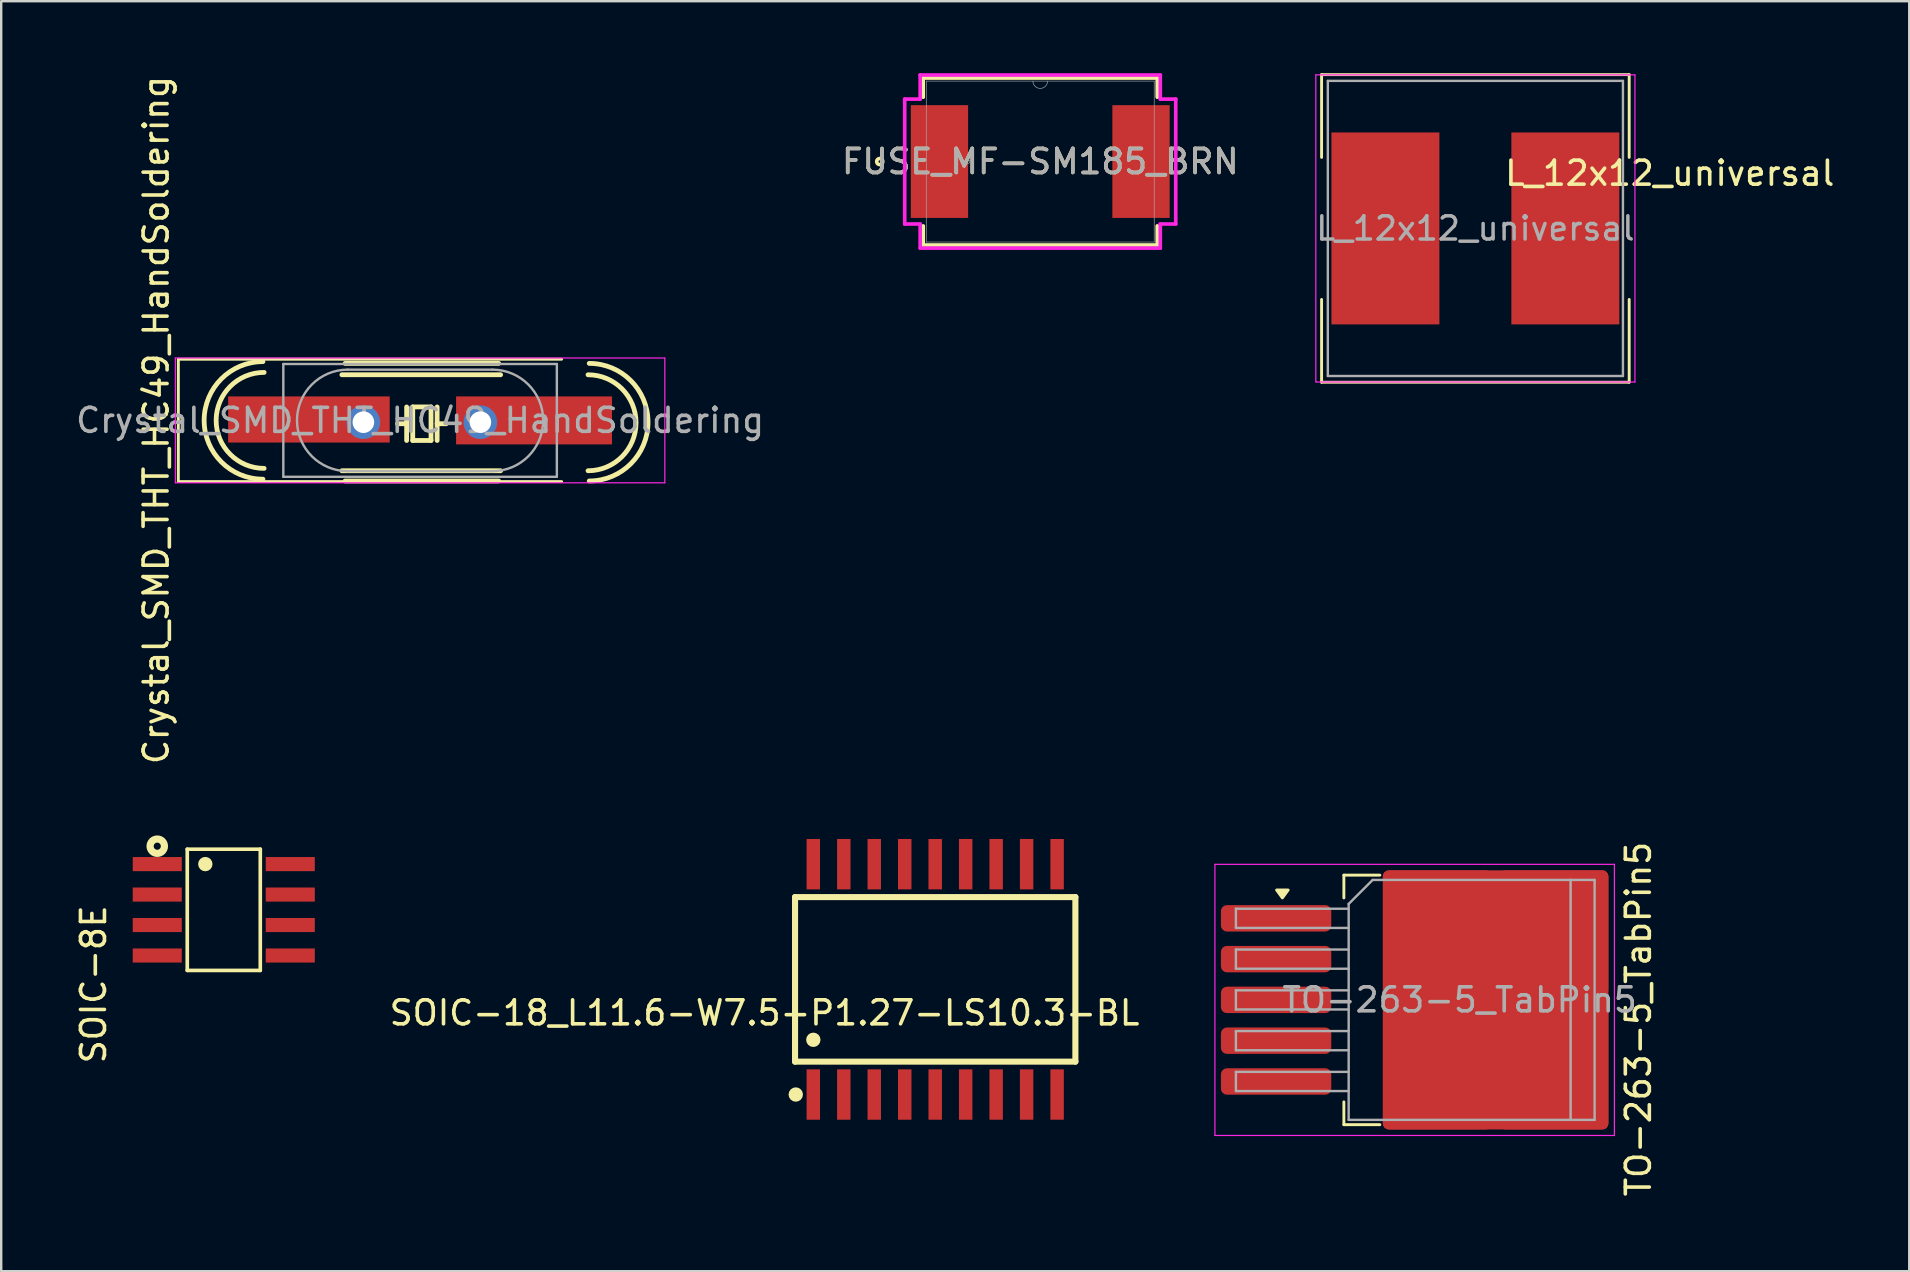
<source format=kicad_pcb>
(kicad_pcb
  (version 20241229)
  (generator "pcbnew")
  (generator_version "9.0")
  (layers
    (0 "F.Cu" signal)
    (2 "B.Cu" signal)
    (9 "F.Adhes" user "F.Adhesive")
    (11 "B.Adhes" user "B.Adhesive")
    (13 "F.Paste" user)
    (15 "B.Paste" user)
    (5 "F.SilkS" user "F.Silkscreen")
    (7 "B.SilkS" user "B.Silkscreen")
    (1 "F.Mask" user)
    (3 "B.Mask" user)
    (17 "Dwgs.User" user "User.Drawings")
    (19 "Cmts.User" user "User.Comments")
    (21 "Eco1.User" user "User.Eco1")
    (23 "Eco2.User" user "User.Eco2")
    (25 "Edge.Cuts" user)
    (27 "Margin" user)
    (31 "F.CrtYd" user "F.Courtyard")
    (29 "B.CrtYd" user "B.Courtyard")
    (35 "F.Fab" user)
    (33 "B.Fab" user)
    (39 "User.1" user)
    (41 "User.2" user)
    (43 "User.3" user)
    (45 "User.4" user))
  (footprint "SOIC-18_L11.6-W7.5-P1.27-LS10.3-BL"
    (layer "F.Cu")
    (at 35.927 37.767)
    (property "Reference" "SOIC-18_L11.6-W7.5-P1.27-LS10.3-BL" (at -7.112 1.397 0) (layer "F.SilkS") (effects (font (size 1 1) (thickness 0.15))))
    (fp_line (start -5.842 -3.429) (end 5.842 -3.429) (stroke (width 0.254) (type default)) (layer "F.SilkS"))
    (fp_line (start -5.842 3.429) (end -5.842 -3.429) (stroke (width 0.254) (type default)) (layer "F.SilkS"))
    (fp_line (start -5.842 3.429) (end 5.842 3.429) (stroke (width 0.254) (type default)) (layer "F.SilkS"))
    (fp_line (start 5.842 3.429) (end 5.842 -3.429) (stroke (width 0.254) (type default)) (layer "F.SilkS"))
    (fp_circle (center -5.812 4.8) (end -5.662 4.8) (stroke (width 0.3) (type default)) (fill no) (layer "F.SilkS"))
    (fp_circle (center -5.08 2.519) (end -4.93 2.519) (stroke (width 0.3) (type default)) (fill no) (layer "F.SilkS"))
    (pad "1" smd rect (at -5.08 4.8) (size 0.56 2.1) (layers "F.Cu" "F.Mask" "F.Paste"))
    (pad "2" smd rect (at -3.81 4.8) (size 0.56 2.1) (layers "F.Cu" "F.Mask" "F.Paste"))
    (pad "3" smd rect (at -2.54 4.8) (size 0.56 2.1) (layers "F.Cu" "F.Mask" "F.Paste"))
    (pad "4" smd rect (at -1.27 4.8) (size 0.56 2.1) (layers "F.Cu" "F.Mask" "F.Paste"))
    (pad "5" smd rect (at 0 4.8) (size 0.56 2.1) (layers "F.Cu" "F.Mask" "F.Paste"))
    (pad "6" smd rect (at 1.27 4.8) (size 0.56 2.1) (layers "F.Cu" "F.Mask" "F.Paste"))
    (pad "7" smd rect (at 2.54 4.8) (size 0.56 2.1) (layers "F.Cu" "F.Mask" "F.Paste"))
    (pad "8" smd rect (at 3.81 4.8) (size 0.56 2.1) (layers "F.Cu" "F.Mask" "F.Paste"))
    (pad "9" smd rect (at 5.08 4.8) (size 0.56 2.1) (layers "F.Cu" "F.Mask" "F.Paste"))
    (pad "10" smd rect (at 5.08 -4.8) (size 0.56 2.1) (layers "F.Cu" "F.Mask" "F.Paste"))
    (pad "11" smd rect (at 3.81 -4.8) (size 0.56 2.1) (layers "F.Cu" "F.Mask" "F.Paste"))
    (pad "12" smd rect (at 2.54 -4.8) (size 0.56 2.1) (layers "F.Cu" "F.Mask" "F.Paste"))
    (pad "13" smd rect (at 1.27 -4.8) (size 0.56 2.1) (layers "F.Cu" "F.Mask" "F.Paste"))
    (pad "14" smd rect (at 0 -4.8) (size 0.56 2.1) (layers "F.Cu" "F.Mask" "F.Paste"))
    (pad "15" smd rect (at -1.27 -4.8) (size 0.56 2.1) (layers "F.Cu" "F.Mask" "F.Paste"))
    (pad "16" smd rect (at -2.54 -4.8) (size 0.56 2.1) (layers "F.Cu" "F.Mask" "F.Paste"))
    (pad "17" smd rect (at -3.81 -4.8) (size 0.56 2.1) (layers "F.Cu" "F.Mask" "F.Paste"))
    (pad "18" smd rect (at -5.08 -4.8) (size 0.56 2.1) (layers "F.Cu" "F.Mask" "F.Paste")))
  (footprint "Crystal_SMD_THT_HC49_HandSoldering"
    (layer "F.Cu")
    (at 14.458 14.471)
    (property "Reference" "Crystal_SMD_THT_HC49_HandSoldering" (at -11 -0.013 90) (layer "F.SilkS") (effects (font (size 1 1) (thickness 0.15))))
    (attr smd)
    (fp_line (start -10.075 -2.55) (end -10.075 2.55) (stroke (width 0.12) (type solid)) (layer "F.SilkS"))
    (fp_line (start -10.075 2.55) (end 5.9 2.55) (stroke (width 0.12) (type solid)) (layer "F.SilkS"))
    (fp_line (start -0.56 -0.56) (end -0.56 0.837) (stroke (width 0.2) (type default)) (layer "F.SilkS"))
    (fp_line (start -0.56 0.138) (end -0.941 0.138) (stroke (width 0.2) (type default)) (layer "F.SilkS"))
    (fp_line (start -0.306 -0.56) (end -0.306 0.837) (stroke (width 0.2) (type default)) (layer "F.SilkS"))
    (fp_line (start 0.456 -0.56) (end -0.306 -0.56) (stroke (width 0.2) (type default)) (layer "F.SilkS"))
    (fp_line (start 0.456 -0.56) (end 0.456 0.837) (stroke (width 0.2) (type default)) (layer "F.SilkS"))
    (fp_line (start 0.456 0.837) (end -0.306 0.837) (stroke (width 0.2) (type default)) (layer "F.SilkS"))
    (fp_line (start 0.71 -0.56) (end 0.71 0.837) (stroke (width 0.2) (type default)) (layer "F.SilkS"))
    (fp_line (start 1.091 0.138) (end 0.71 0.138) (stroke (width 0.2) (type default)) (layer "F.SilkS"))
    (fp_line (start 3.275 -2.375) (end -3.125 -2.375) (stroke (width 0.2) (type default)) (layer "F.SilkS"))
    (fp_line (start 3.275 2.525) (end -3.125 2.525) (stroke (width 0.2) (type default)) (layer "F.SilkS"))
    (fp_line (start 3.356 -1.902) (end -3.259 -1.902) (stroke (width 0.2) (type default)) (layer "F.SilkS"))
    (fp_line (start 3.356 2.098) (end -3.259 2.098) (stroke (width 0.2) (type default)) (layer "F.SilkS"))
    (fp_line (start 5.9 -2.55) (end -10.075 -2.55) (stroke (width 0.12) (type solid)) (layer "F.SilkS"))
    (fp_arc (start -6.55 2.45) (mid -9 0) (end -6.55 -2.45) (stroke (width 0.2) (type default)) (layer "F.SilkS"))
    (fp_arc (start -6.5 2) (mid -8.5 0) (end -6.5 -2) (stroke (width 0.2) (type default)) (layer "F.SilkS"))
    (fp_arc (start 7 -1.901816) (mid 9 0.098184) (end 7 2.098184) (stroke (width 0.2) (type default)) (layer "F.SilkS"))
    (fp_arc (start 7.05 -2.375316) (mid 9.5 0.074684) (end 7.05 2.524684) (stroke (width 0.2) (type default)) (layer "F.SilkS"))
    (fp_line (start -10.2 -2.6) (end -10.2 2.6) (stroke (width 0.05) (type solid)) (layer "F.CrtYd"))
    (fp_line (start -10.2 2.6) (end 10.2 2.6) (stroke (width 0.05) (type solid)) (layer "F.CrtYd"))
    (fp_line (start 10.2 -2.6) (end -10.2 -2.6) (stroke (width 0.05) (type solid)) (layer "F.CrtYd"))
    (fp_line (start 10.2 2.6) (end 10.2 -2.6) (stroke (width 0.05) (type solid)) (layer "F.CrtYd"))
    (fp_line (start -5.7 -2.35) (end -5.7 2.35) (stroke (width 0.1) (type solid)) (layer "F.Fab"))
    (fp_line (start -5.7 2.35) (end 5.7 2.35) (stroke (width 0.1) (type solid)) (layer "F.Fab"))
    (fp_line (start -3.015 -2.115) (end 3.015 -2.115) (stroke (width 0.1) (type solid)) (layer "F.Fab"))
    (fp_line (start -3.015 2.115) (end 3.015 2.115) (stroke (width 0.1) (type solid)) (layer "F.Fab"))
    (fp_line (start 5.7 -2.35) (end -5.7 -2.35) (stroke (width 0.1) (type solid)) (layer "F.Fab"))
    (fp_line (start 5.7 2.35) (end 5.7 -2.35) (stroke (width 0.1) (type solid)) (layer "F.Fab"))
    (fp_arc (start -3.015 2.115) (mid -5.13 0) (end -3.015 -2.115) (stroke (width 0.1) (type solid)) (layer "F.Fab"))
    (fp_arc (start 3.015 -2.115) (mid 5.13 0) (end 3.015 2.115) (stroke (width 0.1) (type solid)) (layer "F.Fab"))
    (fp_text user "${REFERENCE}" (at 0 0 180) (layer "F.Fab") (effects (font (size 1 1) (thickness 0.15))))
    (pad "1" smd rect (at -4.633 -0.038) (size 6.734 1.923) (layers "F.Cu" "F.Mask" "F.Paste"))
    (pad "1" thru_hole circle (at -2.363 0.075) (size 1.4 1.4) (drill 0.9) (layers "*.Cu" "*.Mask"))
    (pad "2" thru_hole circle (at 2.513 0.075) (size 1.4 1.4) (drill 0.9) (layers "*.Cu" "*.Mask"))
    (pad "2" smd rect (at 4.75 0) (size 6.5 2) (layers "F.Cu" "F.Mask" "F.Paste")))
  (footprint "FUSE_MF-SM185_BRN"
    (layer "F.Cu")
    (at 40.304 3.683)
    (property "Reference" "FUSE_MF-SM185_BRN" (at 0 0 0) (unlocked yes) (layer "F.SilkS") (effects (font (size 1 1) (thickness 0.15))))
    (attr smd)
    (fp_line (start -4.877 -3.48) (end -4.877 -2.682) (stroke (width 0.152) (type solid)) (layer "F.SilkS"))
    (fp_line (start -4.877 2.682) (end -4.877 3.48) (stroke (width 0.152) (type solid)) (layer "F.SilkS"))
    (fp_line (start -4.877 3.48) (end 4.877 3.48) (stroke (width 0.152) (type solid)) (layer "F.SilkS"))
    (fp_line (start 4.877 -3.48) (end -4.877 -3.48) (stroke (width 0.152) (type solid)) (layer "F.SilkS"))
    (fp_line (start 4.877 -2.682) (end 4.877 -3.48) (stroke (width 0.152) (type solid)) (layer "F.SilkS"))
    (fp_line (start 4.877 3.48) (end 4.877 2.682) (stroke (width 0.152) (type solid)) (layer "F.SilkS"))
    (fp_circle (center -6.689 0) (end -6.562 0) (stroke (width 0.152) (type solid)) (fill no) (layer "F.SilkS"))
    (fp_line (start -5.648 -2.603) (end -5.004 -2.603) (stroke (width 0.152) (type solid)) (layer "F.CrtYd"))
    (fp_line (start -5.648 2.603) (end -5.648 -2.603) (stroke (width 0.152) (type solid)) (layer "F.CrtYd"))
    (fp_line (start -5.648 2.603) (end -5.004 2.603) (stroke (width 0.152) (type solid)) (layer "F.CrtYd"))
    (fp_line (start -5.004 -3.607) (end 5.004 -3.607) (stroke (width 0.152) (type solid)) (layer "F.CrtYd"))
    (fp_line (start -5.004 -2.603) (end -5.004 -3.607) (stroke (width 0.152) (type solid)) (layer "F.CrtYd"))
    (fp_line (start -5.004 3.607) (end -5.004 2.603) (stroke (width 0.152) (type solid)) (layer "F.CrtYd"))
    (fp_line (start 5.004 -3.607) (end 5.004 -2.603) (stroke (width 0.152) (type solid)) (layer "F.CrtYd"))
    (fp_line (start 5.004 2.603) (end 5.004 3.607) (stroke (width 0.152) (type solid)) (layer "F.CrtYd"))
    (fp_line (start 5.004 3.607) (end -5.004 3.607) (stroke (width 0.152) (type solid)) (layer "F.CrtYd"))
    (fp_line (start 5.648 -2.603) (end 5.004 -2.603) (stroke (width 0.152) (type solid)) (layer "F.CrtYd"))
    (fp_line (start 5.648 -2.603) (end 5.648 2.603) (stroke (width 0.152) (type solid)) (layer "F.CrtYd"))
    (fp_line (start 5.648 2.603) (end 5.004 2.603) (stroke (width 0.152) (type solid)) (layer "F.CrtYd"))
    (fp_line (start -4.75 -3.353) (end -4.75 3.353) (stroke (width 0.025) (type solid)) (layer "F.Fab"))
    (fp_line (start -4.75 3.353) (end 4.75 3.353) (stroke (width 0.025) (type solid)) (layer "F.Fab"))
    (fp_line (start 4.75 -3.353) (end -4.75 -3.353) (stroke (width 0.025) (type solid)) (layer "F.Fab"))
    (fp_line (start 4.75 3.353) (end 4.75 -3.353) (stroke (width 0.025) (type solid)) (layer "F.Fab"))
    (fp_arc (start 0.3048 -3.3528) (mid 0 -3.048) (end -0.3048 -3.3528) (stroke (width 0.0254) (type solid)) (layer "F.Fab"))
    (fp_circle (center -3.006 0) (end -2.93 0) (stroke (width 0.025) (type solid)) (fill no) (layer "F.Fab"))
    (fp_text user "${REFERENCE}" (at 0 0 0) (unlocked yes) (layer "F.Fab") (effects (font (size 1 1) (thickness 0.15))))
    (pad "1" smd rect (at -4.2 0) (size 2.388 4.699) (layers "F.Cu" "F.Mask" "F.Paste"))
    (pad "2" smd rect (at 4.2 0) (size 2.388 4.699) (layers "F.Cu" "F.Mask" "F.Paste")))
  (footprint "L_12x12_universal"
    (layer "F.Cu")
    (at 58.44 6.47)
    (property "Reference" "L_12x12_universal" (at 8.1 -2.3 0) (layer "F.SilkS") (effects (font (size 1 1) (thickness 0.15))))
    (attr smd)
    (fp_line (start -6.41 -6.41) (end -6.41 -2.96) (stroke (width 0.12) (type solid)) (layer "F.SilkS"))
    (fp_line (start -6.41 -6.41) (end 6.41 -6.41) (stroke (width 0.12) (type solid)) (layer "F.SilkS"))
    (fp_line (start -6.41 6.41) (end -6.41 2.96) (stroke (width 0.12) (type solid)) (layer "F.SilkS"))
    (fp_line (start -6.41 6.41) (end 6.41 6.41) (stroke (width 0.12) (type solid)) (layer "F.SilkS"))
    (fp_line (start 6.41 -6.41) (end 6.41 -2.96) (stroke (width 0.12) (type solid)) (layer "F.SilkS"))
    (fp_line (start 6.41 6.41) (end 6.41 2.96) (stroke (width 0.12) (type solid)) (layer "F.SilkS"))
    (fp_line (start -6.65 -6.4) (end -6.65 6.4) (stroke (width 0.05) (type solid)) (layer "F.CrtYd"))
    (fp_line (start -6.65 6.4) (end 6.65 6.4) (stroke (width 0.05) (type solid)) (layer "F.CrtYd"))
    (fp_line (start 6.65 -6.4) (end -6.65 -6.4) (stroke (width 0.05) (type solid)) (layer "F.CrtYd"))
    (fp_line (start 6.65 6.4) (end 6.65 -6.4) (stroke (width 0.05) (type solid)) (layer "F.CrtYd"))
    (fp_line (start -6.15 -6.15) (end -6.15 6.15) (stroke (width 0.1) (type solid)) (layer "F.Fab"))
    (fp_line (start -6.15 6.15) (end 6.15 6.15) (stroke (width 0.1) (type solid)) (layer "F.Fab"))
    (fp_line (start 6.15 -6.15) (end -6.15 -6.15) (stroke (width 0.1) (type solid)) (layer "F.Fab"))
    (fp_line (start 6.15 6.15) (end 6.15 -6.15) (stroke (width 0.1) (type solid)) (layer "F.Fab"))
    (fp_text user "${REFERENCE}" (at 0 0 0) (layer "F.Fab") (effects (font (size 0.967 0.967) (thickness 0.145))))
    (pad "1" smd rect (at -3.75 0) (size 4.5 8) (layers "F.Cu" "F.Mask" "F.Paste"))
    (pad "2" smd rect (at 3.75 0) (size 4.5 8) (layers "F.Cu" "F.Mask" "F.Paste")))
  (footprint "SOIC-8E"
    (layer "F.Cu")
    (at 6.276 34.868)
    (property "Reference" "SOIC-8E" (at -5.428 3.105 90) (layer "F.SilkS") (effects (font (size 1 1) (thickness 0.15))))
    (fp_line (start -1.522 2.526) (end -1.522 -2.526) (stroke (width 0.152) (type default)) (layer "F.SilkS"))
    (fp_line (start 1.522 -2.526) (end -1.522 -2.526) (stroke (width 0.152) (type default)) (layer "F.SilkS"))
    (fp_line (start 1.522 2.526) (end -1.522 2.526) (stroke (width 0.152) (type default)) (layer "F.SilkS"))
    (fp_line (start 1.522 2.526) (end 1.522 -2.526) (stroke (width 0.152) (type default)) (layer "F.SilkS"))
    (fp_circle (center -2.772 -2.651) (end -2.623 -2.651) (stroke (width 0.3) (type default)) (fill no) (layer "F.SilkS"))
    (fp_circle (center -0.769 -1.905) (end -0.619 -1.905) (stroke (width 0.3) (type default)) (fill no) (layer "F.SilkS"))
    (fp_circle (center -3.4 -1.905) (end -3.25 -1.905) (stroke (width 0.3) (type default)) (fill no) (layer "User.1"))
    (pad "1" smd rect (at -2.772 -1.905 270) (size 0.588 2.045) (layers "F.Cu" "F.Mask" "F.Paste"))
    (pad "2" smd rect (at -2.772 -0.635 270) (size 0.588 2.045) (layers "F.Cu" "F.Mask" "F.Paste"))
    (pad "3" smd rect (at -2.772 0.635 270) (size 0.588 2.045) (layers "F.Cu" "F.Mask" "F.Paste"))
    (pad "4" smd rect (at -2.772 1.905 270) (size 0.588 2.045) (layers "F.Cu" "F.Mask" "F.Paste"))
    (pad "5" smd rect (at 2.772 1.905 270) (size 0.588 2.045) (layers "F.Cu" "F.Mask" "F.Paste"))
    (pad "6" smd rect (at 2.772 0.635 270) (size 0.588 2.045) (layers "F.Cu" "F.Mask" "F.Paste"))
    (pad "7" smd rect (at 2.772 -0.635 270) (size 0.588 2.045) (layers "F.Cu" "F.Mask" "F.Paste"))
    (pad "8" smd rect (at 2.772 -1.905 270) (size 0.588 2.045) (layers "F.Cu" "F.Mask" "F.Paste")))
  (footprint "TO-263-5_TabPin5"
    (layer "F.Cu")
    (at 57.784 38.623)
    (property "Reference" "TO-263-5_TabPin5" (at 7.45 0.8 90) (layer "F.SilkS") (effects (font (size 1 1) (thickness 0.15))))
    (attr smd)
    (fp_line (start -4.825 -5.2) (end -4.825 -4.25) (stroke (width 0.12) (type solid)) (layer "F.SilkS"))
    (fp_line (start -4.825 5.2) (end -4.825 4.25) (stroke (width 0.12) (type solid)) (layer "F.SilkS"))
    (fp_line (start -3.325 -5.2) (end -4.825 -5.2) (stroke (width 0.12) (type solid)) (layer "F.SilkS"))
    (fp_line (start -3.325 5.2) (end -4.825 5.2) (stroke (width 0.12) (type solid)) (layer "F.SilkS"))
    (fp_poly (pts (xy -7.388 -4.25) (xy -7.628 -4.58) (xy -7.147 -4.58) (xy -7.388 -4.25)) (stroke (width 0.12) (type solid)) (fill yes) (layer "F.SilkS"))
    (fp_line (start -10.2 -5.65) (end -10.2 5.65) (stroke (width 0.05) (type solid)) (layer "F.CrtYd"))
    (fp_line (start -10.2 5.65) (end 6.45 5.65) (stroke (width 0.05) (type solid)) (layer "F.CrtYd"))
    (fp_line (start 6.45 -5.65) (end -10.2 -5.65) (stroke (width 0.05) (type solid)) (layer "F.CrtYd"))
    (fp_line (start 6.45 5.65) (end 6.45 -5.65) (stroke (width 0.05) (type solid)) (layer "F.CrtYd"))
    (fp_line (start -9.325 -3.8) (end -9.325 -3) (stroke (width 0.1) (type solid)) (layer "F.Fab"))
    (fp_line (start -9.325 -3) (end -4.625 -3) (stroke (width 0.1) (type solid)) (layer "F.Fab"))
    (fp_line (start -9.325 -2.1) (end -9.325 -1.3) (stroke (width 0.1) (type solid)) (layer "F.Fab"))
    (fp_line (start -9.325 -1.3) (end -4.625 -1.3) (stroke (width 0.1) (type solid)) (layer "F.Fab"))
    (fp_line (start -9.325 -0.4) (end -9.325 0.4) (stroke (width 0.1) (type solid)) (layer "F.Fab"))
    (fp_line (start -9.325 0.4) (end -4.625 0.4) (stroke (width 0.1) (type solid)) (layer "F.Fab"))
    (fp_line (start -9.325 1.3) (end -9.325 2.1) (stroke (width 0.1) (type solid)) (layer "F.Fab"))
    (fp_line (start -9.325 2.1) (end -4.625 2.1) (stroke (width 0.1) (type solid)) (layer "F.Fab"))
    (fp_line (start -9.325 3) (end -9.325 3.8) (stroke (width 0.1) (type solid)) (layer "F.Fab"))
    (fp_line (start -9.325 3.8) (end -4.625 3.8) (stroke (width 0.1) (type solid)) (layer "F.Fab"))
    (fp_line (start -4.625 -4) (end -3.625 -5) (stroke (width 0.1) (type solid)) (layer "F.Fab"))
    (fp_line (start -4.625 -3.8) (end -9.325 -3.8) (stroke (width 0.1) (type solid)) (layer "F.Fab"))
    (fp_line (start -4.625 -2.1) (end -9.325 -2.1) (stroke (width 0.1) (type solid)) (layer "F.Fab"))
    (fp_line (start -4.625 -0.4) (end -9.325 -0.4) (stroke (width 0.1) (type solid)) (layer "F.Fab"))
    (fp_line (start -4.625 1.3) (end -9.325 1.3) (stroke (width 0.1) (type solid)) (layer "F.Fab"))
    (fp_line (start -4.625 3) (end -9.325 3) (stroke (width 0.1) (type solid)) (layer "F.Fab"))
    (fp_line (start -4.625 5) (end -4.625 -4) (stroke (width 0.1) (type solid)) (layer "F.Fab"))
    (fp_line (start -3.625 -5) (end 4.625 -5) (stroke (width 0.1) (type solid)) (layer "F.Fab"))
    (fp_line (start 4.625 -5) (end 4.625 5) (stroke (width 0.1) (type solid)) (layer "F.Fab"))
    (fp_line (start 4.625 -5) (end 5.625 -5) (stroke (width 0.1) (type solid)) (layer "F.Fab"))
    (fp_line (start 4.625 5) (end -4.625 5) (stroke (width 0.1) (type solid)) (layer "F.Fab"))
    (fp_line (start 5.625 -5) (end 5.625 5) (stroke (width 0.1) (type solid)) (layer "F.Fab"))
    (fp_line (start 5.625 5) (end 4.625 5) (stroke (width 0.1) (type solid)) (layer "F.Fab"))
    (fp_text user "${REFERENCE}" (at 0 0 180) (layer "F.Fab") (effects (font (size 1 1) (thickness 0.15))))
    (pad "1" smd roundrect (at -7.65 -3.4) (size 4.6 1.1) (layers "F.Cu" "F.Mask" "F.Paste") (roundrect_rratio 0.227))
    (pad "2" smd roundrect (at -7.65 -1.7) (size 4.6 1.1) (layers "F.Cu" "F.Mask" "F.Paste") (roundrect_rratio 0.227))
    (pad "3" smd roundrect (at -7.65 0) (size 4.6 1.1) (layers "F.Cu" "F.Mask" "F.Paste") (roundrect_rratio 0.227))
    (pad "3" smd roundrect (at -0.925 -2.775) (size 4.55 5.25) (layers "F.Cu" "F.Paste") (roundrect_rratio 0.055))
    (pad "3" smd roundrect (at -0.925 2.775) (size 4.55 5.25) (layers "F.Cu" "F.Paste") (roundrect_rratio 0.055))
    (pad "3" smd roundrect (at 1.5 0) (size 9.4 10.8) (layers "F.Cu" "F.Mask") (roundrect_rratio 0.027))
    (pad "3" smd roundrect (at 3.925 -2.775) (size 4.55 5.25) (layers "F.Cu" "F.Paste") (roundrect_rratio 0.055))
    (pad "3" smd roundrect (at 3.925 2.775) (size 4.55 5.25) (layers "F.Cu" "F.Paste") (roundrect_rratio 0.055))
    (pad "4" smd roundrect (at -7.65 1.7) (size 4.6 1.1) (layers "F.Cu" "F.Mask" "F.Paste") (roundrect_rratio 0.227))
    (pad "5" smd roundrect (at -7.65 3.4) (size 4.6 1.1) (layers "F.Cu" "F.Mask" "F.Paste") (roundrect_rratio 0.227)))
  (gr_rect
    (start -3 -3)
    (end 76.522 49.929)
    (stroke (width 0.1) (type default))
    (fill no)
    (layer "Edge.Cuts")))
</source>
